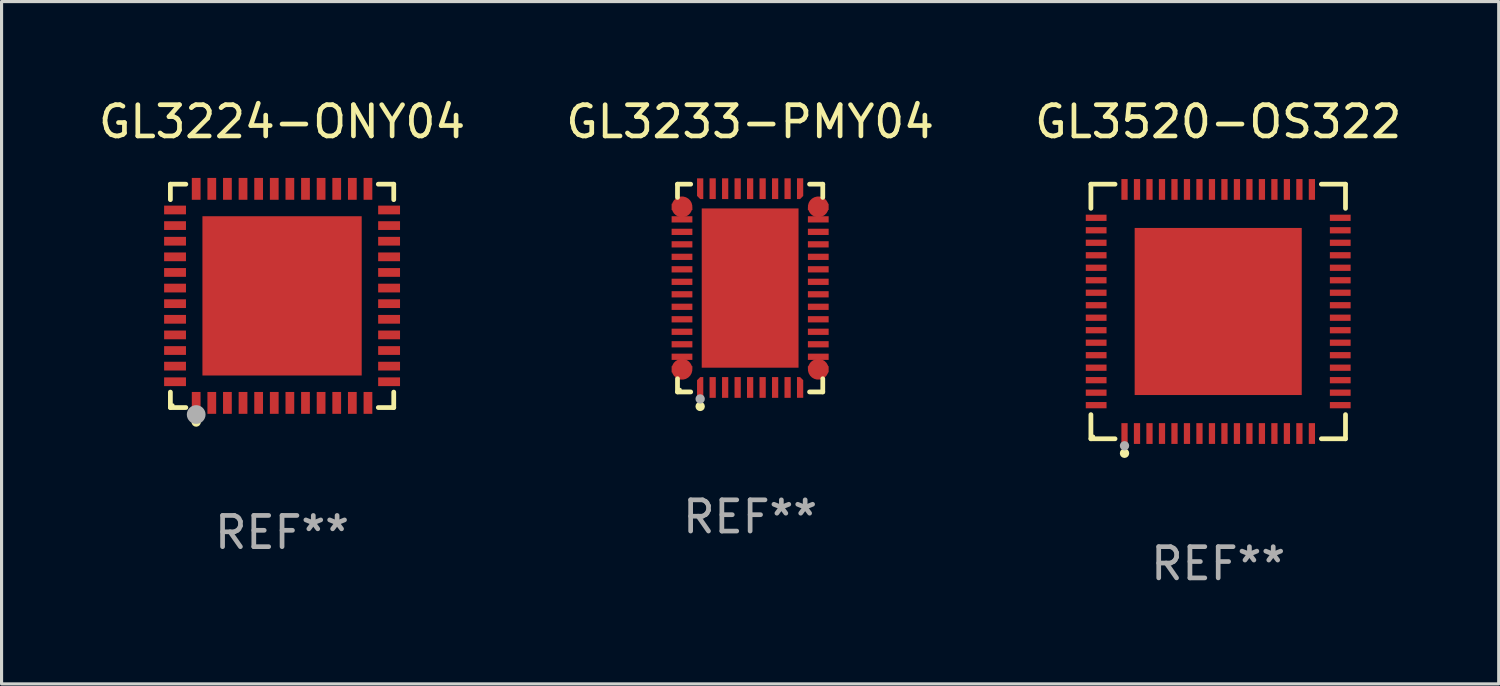
<source format=kicad_pcb>
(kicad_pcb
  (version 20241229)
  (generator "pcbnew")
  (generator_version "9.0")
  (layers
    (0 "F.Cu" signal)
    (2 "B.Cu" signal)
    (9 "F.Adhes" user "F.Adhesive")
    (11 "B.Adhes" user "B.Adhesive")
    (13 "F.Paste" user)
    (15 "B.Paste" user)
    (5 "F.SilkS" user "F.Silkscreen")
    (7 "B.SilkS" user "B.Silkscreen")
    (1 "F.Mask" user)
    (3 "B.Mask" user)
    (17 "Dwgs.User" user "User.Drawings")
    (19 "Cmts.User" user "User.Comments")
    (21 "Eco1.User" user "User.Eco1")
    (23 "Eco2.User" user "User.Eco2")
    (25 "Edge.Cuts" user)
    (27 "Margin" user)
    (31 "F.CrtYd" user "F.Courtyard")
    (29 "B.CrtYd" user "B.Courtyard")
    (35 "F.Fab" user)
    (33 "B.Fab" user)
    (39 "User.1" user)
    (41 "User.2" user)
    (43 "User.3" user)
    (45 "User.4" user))
  (footprint "GL3233-PMY04"
    (layer "F.Cu")
    (at 20.97 6.174)
    (property "Reference" "GL3233-PMY04" (at 0 -5.326 0) (layer "F.SilkS") (effects (font (size 1 1) (thickness 0.15))))
    (attr through_hole)
    (fp_line (start -2.326 -3.326) (end -1.903 -3.326) (stroke (width 0.152) (type solid)) (layer "F.SilkS"))
    (fp_line (start -2.326 -2.903) (end -2.326 -3.326) (stroke (width 0.152) (type solid)) (layer "F.SilkS"))
    (fp_line (start -2.326 2.903) (end -2.326 3.326) (stroke (width 0.152) (type solid)) (layer "F.SilkS"))
    (fp_line (start -2.326 3.326) (end -1.903 3.326) (stroke (width 0.152) (type solid)) (layer "F.SilkS"))
    (fp_line (start 2.326 -3.326) (end 1.903 -3.326) (stroke (width 0.152) (type solid)) (layer "F.SilkS"))
    (fp_line (start 2.326 -2.903) (end 2.326 -3.326) (stroke (width 0.152) (type solid)) (layer "F.SilkS"))
    (fp_line (start 2.326 2.903) (end 2.326 3.326) (stroke (width 0.152) (type solid)) (layer "F.SilkS"))
    (fp_line (start 2.326 3.326) (end 1.903 3.326) (stroke (width 0.152) (type solid)) (layer "F.SilkS"))
    (fp_circle (center -2.25 3.25) (end -2.22 3.25) (stroke (width 0.06) (type solid)) (fill no) (layer "F.SilkS"))
    (fp_circle (center -1.6 3.79) (end -1.525 3.79) (stroke (width 0.15) (type solid)) (fill no) (layer "F.SilkS"))
    (fp_circle (center -1.6 3.55) (end -1.525 3.55) (stroke (width 0.15) (type solid)) (fill no) (layer "F.Fab"))
    (fp_text user "REF**" (at 0 7.326 0) (layer "F.Fab") (effects (font (size 1 1) (thickness 0.15))))
    (pad "1" smd custom (at -1.6 3.183) (size 0.2 0.665) (layers "F.Cu" "F.Mask" "F.Paste") (options (anchor circle)) (primitives (gr_poly (pts (xy 0 -0.332) (xy 0.1 -0.332) (xy 0.1 0.333) (xy -0.1 0.333) (xy -0.1 -0.232)) (width 0) (fill yes))))
    (pad "2" smd rect (at -1.2 3.183) (size 0.2 0.665) (layers "F.Cu" "F.Mask" "F.Paste"))
    (pad "3" smd rect (at -0.8 3.183) (size 0.2 0.665) (layers "F.Cu" "F.Mask" "F.Paste"))
    (pad "4" smd rect (at -0.4 3.183) (size 0.2 0.665) (layers "F.Cu" "F.Mask" "F.Paste"))
    (pad "5" smd rect (at 0 3.183) (size 0.2 0.665) (layers "F.Cu" "F.Mask" "F.Paste"))
    (pad "6" smd rect (at 0.4 3.183) (size 0.2 0.665) (layers "F.Cu" "F.Mask" "F.Paste"))
    (pad "7" smd rect (at 0.8 3.183) (size 0.2 0.665) (layers "F.Cu" "F.Mask" "F.Paste"))
    (pad "8" smd rect (at 1.2 3.183) (size 0.2 0.665) (layers "F.Cu" "F.Mask" "F.Paste"))
    (pad "9" smd custom (at 1.6 3.182) (size 0.2 0.665) (layers "F.Cu" "F.Mask" "F.Paste") (options (anchor circle)) (primitives (gr_poly (pts (xy 0 -0.332) (xy -0.1 -0.332) (xy -0.1 0.333) (xy 0.1 0.333) (xy 0.1 -0.232)) (width 0) (fill yes))))
    (pad "10" smd custom (at 2.182 2.6) (size 0.665 0.2) (layers "F.Cu" "F.Mask" "F.Paste") (options (anchor circle)) (primitives (gr_poly (pts (xy 0.332 -0.1) (xy -0.333 -0.1) (xy -0.332 0) (xy -0.232 0.1) (xy 0.332 0.1)) (width 0) (fill yes))))
    (pad "11" smd rect (at 2.182 2.2) (size 0.665 0.2) (layers "F.Cu" "F.Mask" "F.Paste"))
    (pad "12" smd rect (at 2.182 1.8) (size 0.665 0.2) (layers "F.Cu" "F.Mask" "F.Paste"))
    (pad "13" smd rect (at 2.182 1.4) (size 0.665 0.2) (layers "F.Cu" "F.Mask" "F.Paste"))
    (pad "14" smd rect (at 2.182 1) (size 0.665 0.2) (layers "F.Cu" "F.Mask" "F.Paste"))
    (pad "15" smd rect (at 2.182 0.6) (size 0.665 0.2) (layers "F.Cu" "F.Mask" "F.Paste"))
    (pad "16" smd rect (at 2.182 0.2) (size 0.665 0.2) (layers "F.Cu" "F.Mask" "F.Paste"))
    (pad "17" smd rect (at 2.182 -0.2) (size 0.665 0.2) (layers "F.Cu" "F.Mask" "F.Paste"))
    (pad "18" smd rect (at 2.182 -0.6) (size 0.665 0.2) (layers "F.Cu" "F.Mask" "F.Paste"))
    (pad "19" smd rect (at 2.182 -1) (size 0.665 0.2) (layers "F.Cu" "F.Mask" "F.Paste"))
    (pad "20" smd rect (at 2.182 -1.4) (size 0.665 0.2) (layers "F.Cu" "F.Mask" "F.Paste"))
    (pad "21" smd rect (at 2.182 -1.8) (size 0.665 0.2) (layers "F.Cu" "F.Mask" "F.Paste"))
    (pad "22" smd rect (at 2.182 -2.2) (size 0.665 0.2) (layers "F.Cu" "F.Mask" "F.Paste"))
    (pad "23" smd custom (at 2.182 -2.6) (size 0.665 0.2) (layers "F.Cu" "F.Mask" "F.Paste") (options (anchor circle)) (primitives (gr_poly (pts (xy 0.332 0.1) (xy -0.333 0.1) (xy -0.332 0) (xy -0.232 -0.1) (xy 0.332 -0.1)) (width 0) (fill yes))))
    (pad "24" smd custom (at 1.6 -3.182) (size 0.2 0.665) (layers "F.Cu" "F.Mask" "F.Paste") (options (anchor circle)) (primitives (gr_poly (pts (xy 0 0.332) (xy -0.1 0.332) (xy -0.1 -0.333) (xy 0.1 -0.333) (xy 0.1 0.232)) (width 0) (fill yes))))
    (pad "25" smd rect (at 1.2 -3.182) (size 0.2 0.665) (layers "F.Cu" "F.Mask" "F.Paste"))
    (pad "26" smd rect (at 0.8 -3.182) (size 0.2 0.665) (layers "F.Cu" "F.Mask" "F.Paste"))
    (pad "27" smd rect (at 0.4 -3.182) (size 0.2 0.665) (layers "F.Cu" "F.Mask" "F.Paste"))
    (pad "28" smd rect (at 0 -3.182) (size 0.2 0.665) (layers "F.Cu" "F.Mask" "F.Paste"))
    (pad "29" smd rect (at -0.4 -3.182) (size 0.2 0.665) (layers "F.Cu" "F.Mask" "F.Paste"))
    (pad "30" smd rect (at -0.8 -3.182) (size 0.2 0.665) (layers "F.Cu" "F.Mask" "F.Paste"))
    (pad "31" smd rect (at -1.2 -3.182) (size 0.2 0.665) (layers "F.Cu" "F.Mask" "F.Paste"))
    (pad "32" smd custom (at -1.6 -3.182) (size 0.2 0.665) (layers "F.Cu" "F.Mask" "F.Paste") (options (anchor circle)) (primitives (gr_poly (pts (xy 0 0.332) (xy 0.1 0.332) (xy 0.1 -0.332) (xy -0.1 -0.332) (xy -0.1 0.232)) (width 0) (fill yes))))
    (pad "33" smd custom (at -2.182 -2.6) (size 0.665 0.2) (layers "F.Cu" "F.Mask" "F.Paste") (options (anchor circle)) (primitives (gr_poly (pts (xy -0.332 0.1) (xy 0.333 0.1) (xy 0.332 0) (xy 0.232 -0.1) (xy -0.332 -0.1)) (width 0) (fill yes))))
    (pad "34" smd rect (at -2.182 -2.2) (size 0.665 0.2) (layers "F.Cu" "F.Mask" "F.Paste"))
    (pad "35" smd rect (at -2.182 -1.8) (size 0.665 0.2) (layers "F.Cu" "F.Mask" "F.Paste"))
    (pad "36" smd rect (at -2.182 -1.4) (size 0.665 0.2) (layers "F.Cu" "F.Mask" "F.Paste"))
    (pad "37" smd rect (at -2.182 -1) (size 0.665 0.2) (layers "F.Cu" "F.Mask" "F.Paste"))
    (pad "38" smd rect (at -2.182 -0.6) (size 0.665 0.2) (layers "F.Cu" "F.Mask" "F.Paste"))
    (pad "39" smd rect (at -2.182 -0.2) (size 0.665 0.2) (layers "F.Cu" "F.Mask" "F.Paste"))
    (pad "40" smd rect (at -2.182 0.2) (size 0.665 0.2) (layers "F.Cu" "F.Mask" "F.Paste"))
    (pad "41" smd rect (at -2.182 0.6) (size 0.665 0.2) (layers "F.Cu" "F.Mask" "F.Paste"))
    (pad "42" smd rect (at -2.182 1) (size 0.665 0.2) (layers "F.Cu" "F.Mask" "F.Paste"))
    (pad "43" smd rect (at -2.182 1.4) (size 0.665 0.2) (layers "F.Cu" "F.Mask" "F.Paste"))
    (pad "44" smd rect (at -2.182 1.8) (size 0.665 0.2) (layers "F.Cu" "F.Mask" "F.Paste"))
    (pad "45" smd rect (at -2.182 2.2) (size 0.665 0.2) (layers "F.Cu" "F.Mask" "F.Paste"))
    (pad "46" smd custom (at -2.182 2.6) (size 0.665 0.2) (layers "F.Cu" "F.Mask" "F.Paste") (options (anchor circle)) (primitives (gr_poly (pts (xy -0.332 -0.1) (xy 0.333 -0.1) (xy 0.332 0) (xy 0.232 0.1) (xy -0.332 0.1)) (width 0) (fill yes))))
    (pad "47" smd rect (at 0 0) (size 3.1 5.1) (layers "F.Cu" "F.Mask" "F.Paste")))
  (footprint "GL3224-ONY04"
    (layer "F.Cu")
    (at 5.982 6.424)
    (property "Reference" "GL3224-ONY04" (at 0 -5.576 0) (layer "F.SilkS") (effects (font (size 1 1) (thickness 0.15))))
    (attr through_hole)
    (fp_line (start -3.576 -3.576) (end -3.081 -3.576) (stroke (width 0.152) (type solid)) (layer "F.SilkS"))
    (fp_line (start -3.576 -3.081) (end -3.576 -3.576) (stroke (width 0.152) (type solid)) (layer "F.SilkS"))
    (fp_line (start -3.576 3.081) (end -3.576 3.576) (stroke (width 0.152) (type solid)) (layer "F.SilkS"))
    (fp_line (start -3.576 3.576) (end -3.081 3.576) (stroke (width 0.152) (type solid)) (layer "F.SilkS"))
    (fp_line (start 3.576 -3.576) (end 3.081 -3.576) (stroke (width 0.152) (type solid)) (layer "F.SilkS"))
    (fp_line (start 3.576 -3.081) (end 3.576 -3.576) (stroke (width 0.152) (type solid)) (layer "F.SilkS"))
    (fp_line (start 3.576 3.081) (end 3.576 3.576) (stroke (width 0.152) (type solid)) (layer "F.SilkS"))
    (fp_line (start 3.576 3.576) (end 3.081 3.576) (stroke (width 0.152) (type solid)) (layer "F.SilkS"))
    (fp_circle (center -3.5 3.5) (end -3.47 3.5) (stroke (width 0.06) (type solid)) (fill no) (layer "F.SilkS"))
    (fp_circle (center -2.75 4.04) (end -2.675 4.04) (stroke (width 0.15) (type solid)) (fill no) (layer "F.SilkS"))
    (fp_circle (center -2.75 3.8) (end -2.6 3.8) (stroke (width 0.3) (type solid)) (fill no) (layer "F.Fab"))
    (fp_text user "REF**" (at 0 7.576 0) (layer "F.Fab") (effects (font (size 1 1) (thickness 0.15))))
    (pad "1" smd rect (at -2.75 3.427) (size 0.28 0.7) (layers "F.Cu" "F.Mask" "F.Paste"))
    (pad "2" smd rect (at -2.25 3.427) (size 0.28 0.7) (layers "F.Cu" "F.Mask" "F.Paste"))
    (pad "3" smd rect (at -1.75 3.427) (size 0.28 0.7) (layers "F.Cu" "F.Mask" "F.Paste"))
    (pad "4" smd rect (at -1.25 3.427) (size 0.28 0.7) (layers "F.Cu" "F.Mask" "F.Paste"))
    (pad "5" smd rect (at -0.75 3.427) (size 0.28 0.7) (layers "F.Cu" "F.Mask" "F.Paste"))
    (pad "6" smd rect (at -0.25 3.427) (size 0.28 0.7) (layers "F.Cu" "F.Mask" "F.Paste"))
    (pad "7" smd rect (at 0.25 3.427) (size 0.28 0.7) (layers "F.Cu" "F.Mask" "F.Paste"))
    (pad "8" smd rect (at 0.75 3.427) (size 0.28 0.7) (layers "F.Cu" "F.Mask" "F.Paste"))
    (pad "9" smd rect (at 1.25 3.427) (size 0.28 0.7) (layers "F.Cu" "F.Mask" "F.Paste"))
    (pad "10" smd rect (at 1.75 3.427) (size 0.28 0.7) (layers "F.Cu" "F.Mask" "F.Paste"))
    (pad "11" smd rect (at 2.25 3.427) (size 0.28 0.7) (layers "F.Cu" "F.Mask" "F.Paste"))
    (pad "12" smd rect (at 2.75 3.427) (size 0.28 0.7) (layers "F.Cu" "F.Mask" "F.Paste"))
    (pad "13" smd rect (at 3.427 2.75) (size 0.7 0.28) (layers "F.Cu" "F.Mask" "F.Paste"))
    (pad "14" smd rect (at 3.427 2.25) (size 0.7 0.28) (layers "F.Cu" "F.Mask" "F.Paste"))
    (pad "15" smd rect (at 3.427 1.75) (size 0.7 0.28) (layers "F.Cu" "F.Mask" "F.Paste"))
    (pad "16" smd rect (at 3.427 1.25) (size 0.7 0.28) (layers "F.Cu" "F.Mask" "F.Paste"))
    (pad "17" smd rect (at 3.427 0.75) (size 0.7 0.28) (layers "F.Cu" "F.Mask" "F.Paste"))
    (pad "18" smd rect (at 3.427 0.25) (size 0.7 0.28) (layers "F.Cu" "F.Mask" "F.Paste"))
    (pad "19" smd rect (at 3.427 -0.25) (size 0.7 0.28) (layers "F.Cu" "F.Mask" "F.Paste"))
    (pad "20" smd rect (at 3.427 -0.75) (size 0.7 0.28) (layers "F.Cu" "F.Mask" "F.Paste"))
    (pad "21" smd rect (at 3.427 -1.25) (size 0.7 0.28) (layers "F.Cu" "F.Mask" "F.Paste"))
    (pad "22" smd rect (at 3.427 -1.75) (size 0.7 0.28) (layers "F.Cu" "F.Mask" "F.Paste"))
    (pad "23" smd rect (at 3.427 -2.25) (size 0.7 0.28) (layers "F.Cu" "F.Mask" "F.Paste"))
    (pad "24" smd rect (at 3.427 -2.75) (size 0.7 0.28) (layers "F.Cu" "F.Mask" "F.Paste"))
    (pad "25" smd rect (at 2.75 -3.427) (size 0.28 0.7) (layers "F.Cu" "F.Mask" "F.Paste"))
    (pad "26" smd rect (at 2.25 -3.427) (size 0.28 0.7) (layers "F.Cu" "F.Mask" "F.Paste"))
    (pad "27" smd rect (at 1.75 -3.427) (size 0.28 0.7) (layers "F.Cu" "F.Mask" "F.Paste"))
    (pad "28" smd rect (at 1.25 -3.427) (size 0.28 0.7) (layers "F.Cu" "F.Mask" "F.Paste"))
    (pad "29" smd rect (at 0.75 -3.427) (size 0.28 0.7) (layers "F.Cu" "F.Mask" "F.Paste"))
    (pad "30" smd rect (at 0.25 -3.427) (size 0.28 0.7) (layers "F.Cu" "F.Mask" "F.Paste"))
    (pad "31" smd rect (at -0.25 -3.427) (size 0.28 0.7) (layers "F.Cu" "F.Mask" "F.Paste"))
    (pad "32" smd rect (at -0.75 -3.427) (size 0.28 0.7) (layers "F.Cu" "F.Mask" "F.Paste"))
    (pad "33" smd rect (at -1.25 -3.427) (size 0.28 0.7) (layers "F.Cu" "F.Mask" "F.Paste"))
    (pad "34" smd rect (at -1.75 -3.427) (size 0.28 0.7) (layers "F.Cu" "F.Mask" "F.Paste"))
    (pad "35" smd rect (at -2.25 -3.427) (size 0.28 0.7) (layers "F.Cu" "F.Mask" "F.Paste"))
    (pad "36" smd rect (at -2.75 -3.427) (size 0.28 0.7) (layers "F.Cu" "F.Mask" "F.Paste"))
    (pad "37" smd rect (at -3.427 -2.75) (size 0.7 0.28) (layers "F.Cu" "F.Mask" "F.Paste"))
    (pad "38" smd rect (at -3.427 -2.25) (size 0.7 0.28) (layers "F.Cu" "F.Mask" "F.Paste"))
    (pad "39" smd rect (at -3.427 -1.75) (size 0.7 0.28) (layers "F.Cu" "F.Mask" "F.Paste"))
    (pad "40" smd rect (at -3.427 -1.25) (size 0.7 0.28) (layers "F.Cu" "F.Mask" "F.Paste"))
    (pad "41" smd rect (at -3.427 -0.75) (size 0.7 0.28) (layers "F.Cu" "F.Mask" "F.Paste"))
    (pad "42" smd rect (at -3.427 -0.25) (size 0.7 0.28) (layers "F.Cu" "F.Mask" "F.Paste"))
    (pad "43" smd rect (at -3.427 0.25) (size 0.7 0.28) (layers "F.Cu" "F.Mask" "F.Paste"))
    (pad "44" smd rect (at -3.427 0.75) (size 0.7 0.28) (layers "F.Cu" "F.Mask" "F.Paste"))
    (pad "45" smd rect (at -3.427 1.25) (size 0.7 0.28) (layers "F.Cu" "F.Mask" "F.Paste"))
    (pad "46" smd rect (at -3.427 1.75) (size 0.7 0.28) (layers "F.Cu" "F.Mask" "F.Paste"))
    (pad "47" smd rect (at -3.427 2.25) (size 0.7 0.28) (layers "F.Cu" "F.Mask" "F.Paste"))
    (pad "48" smd rect (at -3.427 2.75) (size 0.7 0.28) (layers "F.Cu" "F.Mask" "F.Paste"))
    (pad "49" smd rect (at 0 0) (size 5.1 5.1) (layers "F.Cu" "F.Mask" "F.Paste")))
  (footprint "GL3520-OS322"
    (layer "F.Cu")
    (at 35.958 6.924)
    (property "Reference" "GL3520-OS322" (at 0 -6.076 0) (layer "F.SilkS") (effects (font (size 1 1) (thickness 0.15))))
    (attr through_hole)
    (fp_line (start -4.076 -4.076) (end -3.303 -4.076) (stroke (width 0.152) (type solid)) (layer "F.SilkS"))
    (fp_line (start -4.076 -3.303) (end -4.076 -4.076) (stroke (width 0.152) (type solid)) (layer "F.SilkS"))
    (fp_line (start -4.076 3.303) (end -4.076 4.076) (stroke (width 0.152) (type solid)) (layer "F.SilkS"))
    (fp_line (start -4.076 4.076) (end -3.303 4.076) (stroke (width 0.152) (type solid)) (layer "F.SilkS"))
    (fp_line (start 4.076 -4.076) (end 3.303 -4.076) (stroke (width 0.152) (type solid)) (layer "F.SilkS"))
    (fp_line (start 4.076 -3.303) (end 4.076 -4.076) (stroke (width 0.152) (type solid)) (layer "F.SilkS"))
    (fp_line (start 4.076 3.303) (end 4.076 4.076) (stroke (width 0.152) (type solid)) (layer "F.SilkS"))
    (fp_line (start 4.076 4.076) (end 3.303 4.076) (stroke (width 0.152) (type solid)) (layer "F.SilkS"))
    (fp_circle (center -4 4) (end -3.97 4) (stroke (width 0.06) (type solid)) (fill no) (layer "F.SilkS"))
    (fp_circle (center -3 4.54) (end -2.925 4.54) (stroke (width 0.15) (type solid)) (fill no) (layer "F.SilkS"))
    (fp_circle (center -3 4.3) (end -2.925 4.3) (stroke (width 0.15) (type solid)) (fill no) (layer "F.Fab"))
    (fp_text user "REF**" (at 0 8.076 0) (layer "F.Fab") (effects (font (size 1 1) (thickness 0.15))))
    (pad "1" smd rect (at -3 3.908) (size 0.2 0.665) (layers "F.Cu" "F.Mask" "F.Paste"))
    (pad "2" smd rect (at -2.6 3.908) (size 0.2 0.665) (layers "F.Cu" "F.Mask" "F.Paste"))
    (pad "3" smd rect (at -2.2 3.908) (size 0.2 0.665) (layers "F.Cu" "F.Mask" "F.Paste"))
    (pad "4" smd rect (at -1.8 3.908) (size 0.2 0.665) (layers "F.Cu" "F.Mask" "F.Paste"))
    (pad "5" smd rect (at -1.4 3.908) (size 0.2 0.665) (layers "F.Cu" "F.Mask" "F.Paste"))
    (pad "6" smd rect (at -1 3.908) (size 0.2 0.665) (layers "F.Cu" "F.Mask" "F.Paste"))
    (pad "7" smd rect (at -0.6 3.908) (size 0.2 0.665) (layers "F.Cu" "F.Mask" "F.Paste"))
    (pad "8" smd rect (at -0.2 3.908) (size 0.2 0.665) (layers "F.Cu" "F.Mask" "F.Paste"))
    (pad "9" smd rect (at 0.2 3.908) (size 0.2 0.665) (layers "F.Cu" "F.Mask" "F.Paste"))
    (pad "10" smd rect (at 0.6 3.908) (size 0.2 0.665) (layers "F.Cu" "F.Mask" "F.Paste"))
    (pad "11" smd rect (at 1 3.908) (size 0.2 0.665) (layers "F.Cu" "F.Mask" "F.Paste"))
    (pad "12" smd rect (at 1.4 3.908) (size 0.2 0.665) (layers "F.Cu" "F.Mask" "F.Paste"))
    (pad "13" smd rect (at 1.8 3.908) (size 0.2 0.665) (layers "F.Cu" "F.Mask" "F.Paste"))
    (pad "14" smd rect (at 2.2 3.908) (size 0.2 0.665) (layers "F.Cu" "F.Mask" "F.Paste"))
    (pad "15" smd rect (at 2.6 3.908) (size 0.2 0.665) (layers "F.Cu" "F.Mask" "F.Paste"))
    (pad "16" smd rect (at 3 3.908) (size 0.2 0.665) (layers "F.Cu" "F.Mask" "F.Paste"))
    (pad "17" smd rect (at 3.908 3) (size 0.665 0.2) (layers "F.Cu" "F.Mask" "F.Paste"))
    (pad "18" smd rect (at 3.908 2.6) (size 0.665 0.2) (layers "F.Cu" "F.Mask" "F.Paste"))
    (pad "19" smd rect (at 3.908 2.2) (size 0.665 0.2) (layers "F.Cu" "F.Mask" "F.Paste"))
    (pad "20" smd rect (at 3.908 1.8) (size 0.665 0.2) (layers "F.Cu" "F.Mask" "F.Paste"))
    (pad "21" smd rect (at 3.908 1.4) (size 0.665 0.2) (layers "F.Cu" "F.Mask" "F.Paste"))
    (pad "22" smd rect (at 3.908 1) (size 0.665 0.2) (layers "F.Cu" "F.Mask" "F.Paste"))
    (pad "23" smd rect (at 3.908 0.6) (size 0.665 0.2) (layers "F.Cu" "F.Mask" "F.Paste"))
    (pad "24" smd rect (at 3.908 0.2) (size 0.665 0.2) (layers "F.Cu" "F.Mask" "F.Paste"))
    (pad "25" smd rect (at 3.908 -0.2) (size 0.665 0.2) (layers "F.Cu" "F.Mask" "F.Paste"))
    (pad "26" smd rect (at 3.908 -0.6) (size 0.665 0.2) (layers "F.Cu" "F.Mask" "F.Paste"))
    (pad "27" smd rect (at 3.908 -1) (size 0.665 0.2) (layers "F.Cu" "F.Mask" "F.Paste"))
    (pad "28" smd rect (at 3.908 -1.4) (size 0.665 0.2) (layers "F.Cu" "F.Mask" "F.Paste"))
    (pad "29" smd rect (at 3.908 -1.8) (size 0.665 0.2) (layers "F.Cu" "F.Mask" "F.Paste"))
    (pad "30" smd rect (at 3.908 -2.2) (size 0.665 0.2) (layers "F.Cu" "F.Mask" "F.Paste"))
    (pad "31" smd rect (at 3.908 -2.6) (size 0.665 0.2) (layers "F.Cu" "F.Mask" "F.Paste"))
    (pad "32" smd rect (at 3.908 -3) (size 0.665 0.2) (layers "F.Cu" "F.Mask" "F.Paste"))
    (pad "33" smd rect (at 3 -3.908) (size 0.2 0.665) (layers "F.Cu" "F.Mask" "F.Paste"))
    (pad "34" smd rect (at 2.6 -3.908) (size 0.2 0.665) (layers "F.Cu" "F.Mask" "F.Paste"))
    (pad "35" smd rect (at 2.2 -3.908) (size 0.2 0.665) (layers "F.Cu" "F.Mask" "F.Paste"))
    (pad "36" smd rect (at 1.8 -3.908) (size 0.2 0.665) (layers "F.Cu" "F.Mask" "F.Paste"))
    (pad "37" smd rect (at 1.4 -3.908) (size 0.2 0.665) (layers "F.Cu" "F.Mask" "F.Paste"))
    (pad "38" smd rect (at 1 -3.908) (size 0.2 0.665) (layers "F.Cu" "F.Mask" "F.Paste"))
    (pad "39" smd rect (at 0.6 -3.908) (size 0.2 0.665) (layers "F.Cu" "F.Mask" "F.Paste"))
    (pad "40" smd rect (at 0.2 -3.908) (size 0.2 0.665) (layers "F.Cu" "F.Mask" "F.Paste"))
    (pad "41" smd rect (at -0.2 -3.908) (size 0.2 0.665) (layers "F.Cu" "F.Mask" "F.Paste"))
    (pad "42" smd rect (at -0.6 -3.908) (size 0.2 0.665) (layers "F.Cu" "F.Mask" "F.Paste"))
    (pad "43" smd rect (at -1 -3.908) (size 0.2 0.665) (layers "F.Cu" "F.Mask" "F.Paste"))
    (pad "44" smd rect (at -1.4 -3.908) (size 0.2 0.665) (layers "F.Cu" "F.Mask" "F.Paste"))
    (pad "45" smd rect (at -1.8 -3.908) (size 0.2 0.665) (layers "F.Cu" "F.Mask" "F.Paste"))
    (pad "46" smd rect (at -2.2 -3.908) (size 0.2 0.665) (layers "F.Cu" "F.Mask" "F.Paste"))
    (pad "47" smd rect (at -2.6 -3.908) (size 0.2 0.665) (layers "F.Cu" "F.Mask" "F.Paste"))
    (pad "48" smd rect (at -3 -3.908) (size 0.2 0.665) (layers "F.Cu" "F.Mask" "F.Paste"))
    (pad "49" smd rect (at -3.908 -3) (size 0.665 0.2) (layers "F.Cu" "F.Mask" "F.Paste"))
    (pad "50" smd rect (at -3.908 -2.6) (size 0.665 0.2) (layers "F.Cu" "F.Mask" "F.Paste"))
    (pad "51" smd rect (at -3.908 -2.2) (size 0.665 0.2) (layers "F.Cu" "F.Mask" "F.Paste"))
    (pad "52" smd rect (at -3.908 -1.8) (size 0.665 0.2) (layers "F.Cu" "F.Mask" "F.Paste"))
    (pad "53" smd rect (at -3.908 -1.4) (size 0.665 0.2) (layers "F.Cu" "F.Mask" "F.Paste"))
    (pad "54" smd rect (at -3.908 -1) (size 0.665 0.2) (layers "F.Cu" "F.Mask" "F.Paste"))
    (pad "55" smd rect (at -3.908 -0.6) (size 0.665 0.2) (layers "F.Cu" "F.Mask" "F.Paste"))
    (pad "56" smd rect (at -3.908 -0.2) (size 0.665 0.2) (layers "F.Cu" "F.Mask" "F.Paste"))
    (pad "57" smd rect (at -3.908 0.2) (size 0.665 0.2) (layers "F.Cu" "F.Mask" "F.Paste"))
    (pad "58" smd rect (at -3.908 0.6) (size 0.665 0.2) (layers "F.Cu" "F.Mask" "F.Paste"))
    (pad "59" smd rect (at -3.908 1) (size 0.665 0.2) (layers "F.Cu" "F.Mask" "F.Paste"))
    (pad "60" smd rect (at -3.908 1.4) (size 0.665 0.2) (layers "F.Cu" "F.Mask" "F.Paste"))
    (pad "61" smd rect (at -3.908 1.8) (size 0.665 0.2) (layers "F.Cu" "F.Mask" "F.Paste"))
    (pad "62" smd rect (at -3.908 2.2) (size 0.665 0.2) (layers "F.Cu" "F.Mask" "F.Paste"))
    (pad "63" smd rect (at -3.908 2.6) (size 0.665 0.2) (layers "F.Cu" "F.Mask" "F.Paste"))
    (pad "64" smd rect (at -3.908 3) (size 0.665 0.2) (layers "F.Cu" "F.Mask" "F.Paste"))
    (pad "65" smd rect (at 0 0) (size 5.35 5.35) (layers "F.Cu" "F.Mask" "F.Paste")))
  (gr_rect
    (start -3 -3)
    (end 44.94 18.849)
    (stroke (width 0.1) (type default))
    (fill no)
    (layer "Edge.Cuts")))
</source>
